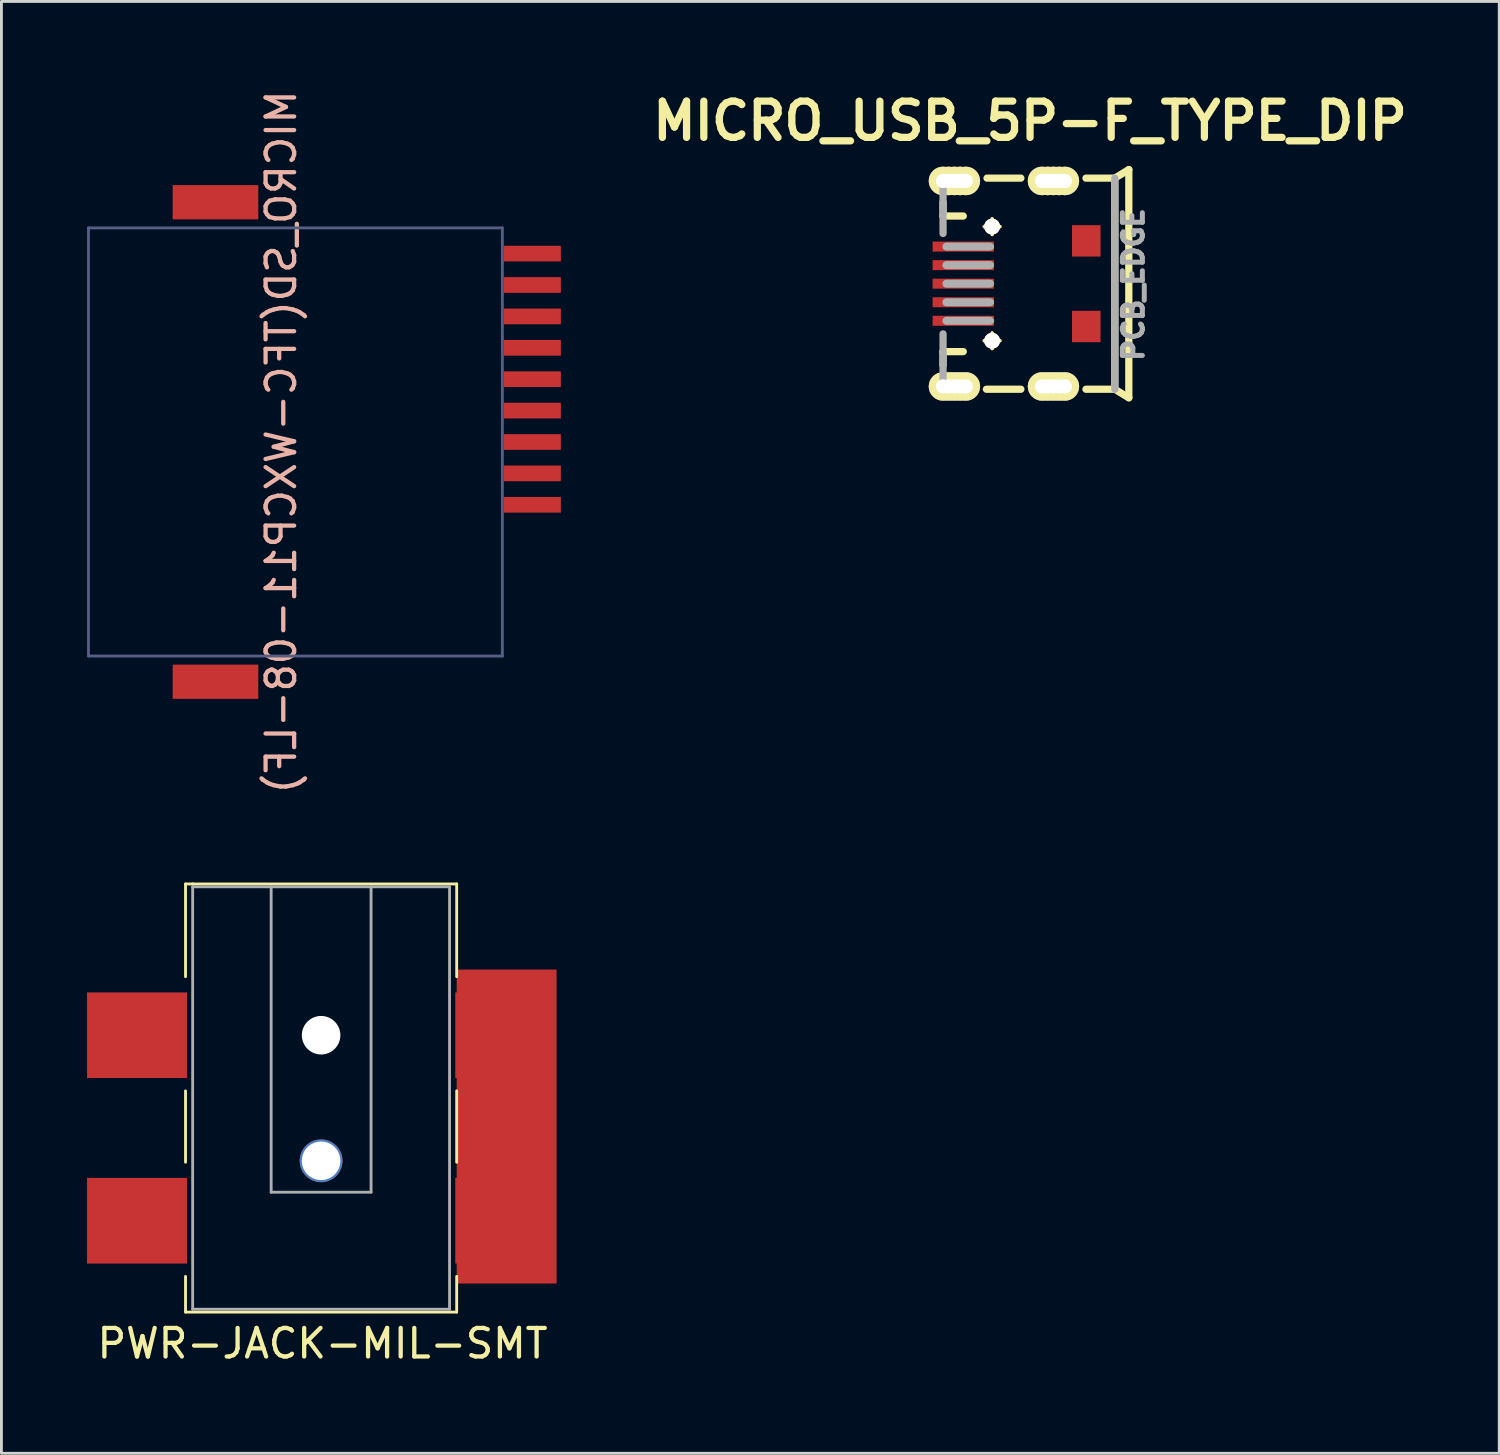
<source format=kicad_pcb>
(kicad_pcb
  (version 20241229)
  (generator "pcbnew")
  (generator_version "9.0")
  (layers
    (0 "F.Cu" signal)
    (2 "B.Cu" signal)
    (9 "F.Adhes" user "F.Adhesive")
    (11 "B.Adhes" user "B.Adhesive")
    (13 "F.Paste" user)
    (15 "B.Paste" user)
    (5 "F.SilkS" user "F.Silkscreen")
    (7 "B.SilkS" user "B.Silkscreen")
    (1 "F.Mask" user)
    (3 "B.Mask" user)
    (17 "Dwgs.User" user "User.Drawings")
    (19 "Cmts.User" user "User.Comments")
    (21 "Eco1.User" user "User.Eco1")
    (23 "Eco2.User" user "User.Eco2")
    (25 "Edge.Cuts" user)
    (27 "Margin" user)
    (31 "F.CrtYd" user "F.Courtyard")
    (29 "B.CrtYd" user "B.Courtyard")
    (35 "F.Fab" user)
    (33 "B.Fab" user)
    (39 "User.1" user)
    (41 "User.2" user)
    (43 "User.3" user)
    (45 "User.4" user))
  (footprint "PWR-JACK-MIL-SMT"
    (layer "F.Cu")
    (at 8.2 35.419)
    (property "Reference" "PWR-JACK-MIL-SMT" (at 0.05 8.6 0) (layer "F.SilkS") (effects (font (size 1 1) (thickness 0.15))))
    (attr through_hole)
    (fp_line (start -4.75 -7.5) (end -4.75 -4.25) (stroke (width 0.1) (type solid)) (layer "F.SilkS"))
    (fp_line (start -4.75 -0.25) (end -4.75 2.25) (stroke (width 0.1) (type solid)) (layer "F.SilkS"))
    (fp_line (start -4.75 7.5) (end -4.75 6.25) (stroke (width 0.1) (type solid)) (layer "F.SilkS"))
    (fp_line (start -4.5 -7.5) (end -4.75 -7.5) (stroke (width 0.1) (type solid)) (layer "F.SilkS"))
    (fp_line (start -4.5 -7.5) (end 4.75 -7.5) (stroke (width 0.1) (type solid)) (layer "F.SilkS"))
    (fp_line (start 4.75 -7.5) (end 4.75 -4.25) (stroke (width 0.1) (type solid)) (layer "F.SilkS"))
    (fp_line (start 4.75 -0.25) (end 4.75 2.25) (stroke (width 0.1) (type solid)) (layer "F.SilkS"))
    (fp_line (start 4.75 6.25) (end 4.75 7.5) (stroke (width 0.1) (type solid)) (layer "F.SilkS"))
    (fp_line (start 4.75 7.5) (end -4.75 7.5) (stroke (width 0.1) (type solid)) (layer "F.SilkS"))
    (fp_line (start -4.5 -7.4) (end -4.5 7.4) (stroke (width 0.1) (type solid)) (layer "F.Fab"))
    (fp_line (start -4.5 -7.4) (end 4.5 -7.4) (stroke (width 0.1) (type solid)) (layer "F.Fab"))
    (fp_line (start -4.5 7.4) (end 4.5 7.4) (stroke (width 0.1) (type solid)) (layer "F.Fab"))
    (fp_line (start -1.75 -7.4) (end -1.75 3.3) (stroke (width 0.1) (type solid)) (layer "F.Fab"))
    (fp_line (start -1.75 3.3) (end 1.75 3.3) (stroke (width 0.1) (type solid)) (layer "F.Fab"))
    (fp_line (start 1.75 3.3) (end 1.75 -7.4) (stroke (width 0.1) (type solid)) (layer "F.Fab"))
    (fp_line (start 4.5 7.4) (end 4.5 -7.4) (stroke (width 0.1) (type solid)) (layer "F.Fab"))
    (pad "" np_thru_hole circle (at 0 -2.2) (size 1.35 1.35) (drill 1.35) (layers "*.Cu" "*.Mask"))
    (pad "" np_thru_hole circle (at 0 2.2) (size 1.5 1.5) (drill 1.35) (layers "*.Cu" "*.Mask"))
    (pad "1" smd rect (at 6.45 -2.2) (size 3.5 3) (layers "F.Cu" "F.Mask" "F.Paste"))
    (pad "1" smd rect (at 6.45 4.3) (size 3.5 3) (layers "F.Cu" "F.Mask" "F.Paste"))
    (pad "1" smd rect (at 6.5 1) (size 3.5 11) (layers "F.Cu"))
    (pad "2" smd rect (at -6.45 -2.2) (size 3.5 3) (layers "F.Cu" "F.Mask" "F.Paste"))
    (pad "3" smd rect (at -6.45 4.3) (size 3.5 3) (layers "F.Cu" "F.Mask" "F.Paste")))
  (footprint "MICRO_SD(TFC-WXCP11-08-LF)"
    (layer "F.Cu")
    (at 7.3 12.435)
    (property "Reference" "MICRO_SD(TFC-WXCP11-08-LF)" (at -0.5 0 90) (layer "B.SilkS") (effects (font (size 1 1) (thickness 0.15)) (justify mirror)))
    (attr through_hole)
    (fp_line (start -7.25 -7.5) (end 7.25 -7.5) (stroke (width 0.1) (type solid)) (layer "B.Fab"))
    (fp_line (start -7.25 7.5) (end -7.25 -7.5) (stroke (width 0.1) (type solid)) (layer "B.Fab"))
    (fp_line (start 7.25 -7.5) (end 7.25 7.5) (stroke (width 0.1) (type solid)) (layer "B.Fab"))
    (fp_line (start 7.25 7.5) (end -7.25 7.5) (stroke (width 0.1) (type solid)) (layer "B.Fab"))
    (pad "0" smd rect (at -2.8 -8.4 90) (size 1.2 3) (layers "F.Cu" "F.Mask" "F.Paste"))
    (pad "0" smd rect (at -2.8 8.4 90) (size 1.2 3) (layers "F.Cu" "F.Mask" "F.Paste"))
    (pad "1" smd rect (at 8.3 2.2 90) (size 0.55 2) (layers "F.Cu" "F.Mask" "F.Paste"))
    (pad "2" smd rect (at 8.3 1.1 90) (size 0.55 2) (layers "F.Cu" "F.Mask" "F.Paste"))
    (pad "3" smd rect (at 8.3 0 90) (size 0.55 2) (layers "F.Cu" "F.Mask" "F.Paste"))
    (pad "4" smd rect (at 8.3 -1.1 90) (size 0.55 2) (layers "F.Cu" "F.Mask" "F.Paste"))
    (pad "5" smd rect (at 8.3 -2.2 90) (size 0.55 2) (layers "F.Cu" "F.Mask" "F.Paste"))
    (pad "6" smd rect (at 8.3 -3.3 90) (size 0.55 2) (layers "F.Cu" "F.Mask" "F.Paste"))
    (pad "7" smd rect (at 8.3 -4.4 90) (size 0.55 2) (layers "F.Cu" "F.Mask" "F.Paste"))
    (pad "8" smd rect (at 8.3 -5.5 90) (size 0.55 2) (layers "F.Cu" "F.Mask" "F.Paste"))
    (pad "9" smd rect (at 8.3 -6.6 90) (size 0.55 2) (layers "F.Cu" "F.Mask" "F.Paste")))
  (footprint "MICRO_USB_5P-F_TYPE_DIP"
    (layer "F.Cu")
    (at 32.698 6.889)
    (property "Reference" "MICRO_USB_5P-F_TYPE_DIP" (at 0.34 -5.7 0) (layer "F.SilkS") (effects (font (size 1.27 1.27) (thickness 0.254))))
    (attr smd)
    (fp_line (start -2.708 -2.37) (end -2.708 -2.857) (stroke (width 0.254) (type solid)) (layer "F.SilkS"))
    (fp_line (start -2.708 -2.37) (end -1.999 -2.37) (stroke (width 0.254) (type solid)) (layer "F.SilkS"))
    (fp_line (start -2.708 2.38) (end -2.708 2.857) (stroke (width 0.254) (type solid)) (layer "F.SilkS"))
    (fp_line (start -2.708 2.38) (end -1.999 2.38) (stroke (width 0.254) (type solid)) (layer "F.SilkS"))
    (fp_line (start -1.265 -1.999) (end -0.714 -1.999) (stroke (width 0.127) (type solid)) (layer "F.SilkS"))
    (fp_line (start -1.265 1.999) (end -0.714 1.999) (stroke (width 0.127) (type solid)) (layer "F.SilkS"))
    (fp_line (start -1.189 3.698) (end 0.018 3.698) (stroke (width 0.254) (type solid)) (layer "F.SilkS"))
    (fp_line (start -1.168 -3.698) (end 0.018 -3.698) (stroke (width 0.254) (type solid)) (layer "F.SilkS"))
    (fp_line (start -0.988 -1.725) (end -0.988 -2.273) (stroke (width 0.127) (type solid)) (layer "F.SilkS"))
    (fp_line (start -0.988 2.273) (end -0.988 1.725) (stroke (width 0.127) (type solid)) (layer "F.SilkS"))
    (fp_line (start 2.299 3.698) (end 3.31 3.698) (stroke (width 0.254) (type solid)) (layer "F.SilkS"))
    (fp_line (start 3.31 -3.698) (end 2.299 -3.698) (stroke (width 0.254) (type solid)) (layer "F.SilkS"))
    (fp_line (start 3.31 -3.698) (end 3.8 -3.998) (stroke (width 0.254) (type solid)) (layer "F.SilkS"))
    (fp_line (start 3.31 -3.599) (end 3.31 3.599) (stroke (width 0.254) (type solid)) (layer "F.SilkS"))
    (fp_line (start 3.31 3.698) (end 3.8 3.998) (stroke (width 0.254) (type solid)) (layer "F.SilkS"))
    (fp_line (start 3.8 -3.998) (end 3.8 3.998) (stroke (width 0.254) (type solid)) (layer "F.SilkS"))
    (fp_circle (center -0.988 -1.999) (end -1.125 -2.136) (stroke (width 0.127) (type solid)) (fill no) (layer "F.SilkS"))
    (fp_circle (center -0.988 1.999) (end -1.125 2.136) (stroke (width 0.127) (type solid)) (fill no) (layer "F.SilkS"))
    (fp_line (start -2.708 -3.698) (end -2.708 -1.758) (stroke (width 0.254) (type solid)) (layer "F.Fab"))
    (fp_line (start -2.708 3.698) (end -2.708 1.758) (stroke (width 0.254) (type solid)) (layer "F.Fab"))
    (fp_line (start -2.59 -1.3) (end -1.06 -1.3) (stroke (width 0.28) (type solid)) (layer "F.Fab"))
    (fp_line (start -2.59 -0.65) (end -1.06 -0.65) (stroke (width 0.28) (type solid)) (layer "F.Fab"))
    (fp_line (start -2.59 0) (end -1.06 0) (stroke (width 0.28) (type solid)) (layer "F.Fab"))
    (fp_line (start -2.59 0.65) (end -1.06 0.65) (stroke (width 0.28) (type solid)) (layer "F.Fab"))
    (fp_line (start -2.59 1.3) (end -1.06 1.3) (stroke (width 0.28) (type solid)) (layer "F.Fab"))
    (fp_line (start 3.31 3.698) (end 3.31 -3.698) (stroke (width 0.254) (type solid)) (layer "F.Fab"))
    (fp_text user "PCB_EDGE" (at 3.96 0.03 90) (layer "F.Fab") (effects (font (size 0.7 0.7) (thickness 0.175))))
    (pad "D+" smd rect (at -2 0 180) (size 2.15 0.35) (layers "F.Cu" "F.Mask" "F.Paste"))
    (pad "D-" smd rect (at -2 0.65 180) (size 2.15 0.35) (layers "F.Cu" "F.Mask" "F.Paste"))
    (pad "GND" smd rect (at -2 -1.3 180) (size 2.15 0.35) (layers "F.Cu" "F.Mask" "F.Paste"))
    (pad "ID" smd rect (at -2 -0.65 180) (size 2.15 0.35) (layers "F.Cu" "F.Mask" "F.Paste"))
    (pad "P$2" thru_hole circle (at 1.36 -3.6 180) (size 1 1) (drill 0.5) (layers "*.Cu" "F.Mask" "F.SilkS" "F.Paste"))
    (pad "P$3" thru_hole circle (at 1.56 -3.6 180) (size 1 1) (drill 0.5) (layers "*.Cu" "F.Mask" "F.SilkS" "F.Paste"))
    (pad "P$4" thru_hole circle (at 0.96 -3.6 180) (size 1 1) (drill 0.5) (layers "*.Cu" "F.Mask" "F.SilkS" "F.Paste"))
    (pad "P$5" thru_hole circle (at 0.76 -3.6 180) (size 1 1) (drill 0.5) (layers "*.Cu" "F.Mask" "F.SilkS" "F.Paste"))
    (pad "P$7" thru_hole circle (at 1.36 3.6 180) (size 1 1) (drill 0.5) (layers "*.Cu" "F.Mask" "F.SilkS" "F.Paste"))
    (pad "P$8" thru_hole circle (at 1.56 3.6 180) (size 1 1) (drill 0.5) (layers "*.Cu" "F.Mask" "F.SilkS" "F.Paste"))
    (pad "P$9" thru_hole circle (at 0.96 3.6 180) (size 1 1) (drill 0.5) (layers "*.Cu" "F.Mask" "F.SilkS" "F.Paste"))
    (pad "P$10" thru_hole circle (at 0.76 3.6 180) (size 1 1) (drill 0.5) (layers "*.Cu" "F.Mask" "F.SilkS" "F.Paste"))
    (pad "P$12" thru_hole circle (at -2.11 -3.6 180) (size 1 1) (drill 0.498) (layers "*.Cu" "F.Mask" "F.SilkS" "F.Paste"))
    (pad "P$13" thru_hole circle (at -1.91 -3.6 180) (size 1 1) (drill 0.5) (layers "*.Cu" "F.Mask" "F.SilkS" "F.Paste"))
    (pad "P$14" thru_hole circle (at -2.51 -3.6 180) (size 1 1) (drill 0.5) (layers "*.Cu" "F.Mask" "F.SilkS" "F.Paste"))
    (pad "P$15" thru_hole circle (at -2.71 -3.6 180) (size 1 1) (drill 0.5) (layers "*.Cu" "F.Mask" "F.SilkS" "F.Paste"))
    (pad "P$17" thru_hole circle (at -2.11 3.6 180) (size 1 1) (drill 0.5) (layers "*.Cu" "F.Mask" "F.SilkS" "F.Paste"))
    (pad "P$18" thru_hole circle (at -1.91 3.6 180) (size 1 1) (drill 0.5) (layers "*.Cu" "F.Mask" "F.SilkS" "F.Paste"))
    (pad "P$19" thru_hole circle (at -2.51 3.6 180) (size 1 1) (drill 0.5) (layers "*.Cu" "F.Mask" "F.SilkS" "F.Paste"))
    (pad "P$20" thru_hole circle (at -2.71 3.6 180) (size 1 1) (drill 0.5) (layers "*.Cu" "F.Mask" "F.SilkS" "F.Paste"))
    (pad "SH1" smd rect (at 2.31 1.5 90) (size 1.1 1) (layers "F.Cu" "F.Mask" "F.Paste"))
    (pad "SH2" smd rect (at 2.31 -1.5 90) (size 1.1 1) (layers "F.Cu" "F.Mask" "F.Paste"))
    (pad "SH3" thru_hole circle (at 1.16 -3.6 90) (size 1 1) (drill 0.5) (layers "*.Cu" "F.Mask" "F.SilkS" "F.Paste"))
    (pad "SH4" thru_hole circle (at 1.16 3.6 90) (size 1 1) (drill 0.5) (layers "*.Cu" "F.Mask" "F.SilkS" "F.Paste"))
    (pad "SH5" thru_hole circle (at -2.31 -3.6 90) (size 1 1) (drill 0.5) (layers "*.Cu" "F.Mask" "F.SilkS" "F.Paste"))
    (pad "SH6" thru_hole circle (at -2.31 3.6 90) (size 1 1) (drill 0.5) (layers "*.Cu" "F.Mask" "F.SilkS" "F.Paste"))
    (pad "VBUS" smd rect (at -2 1.3 180) (size 2.15 0.35) (layers "F.Cu" "F.Mask" "F.Paste"))
    (pad "dril" thru_hole circle (at -0.99 -2 180) (size 0.55 0.55) (drill 0.55) (layers "*.Cu" "F.Mask" "F.SilkS" "F.Paste"))
    (pad "dril" thru_hole circle (at -0.99 2 180) (size 0.55 0.55) (drill 0.55) (layers "*.Cu" "F.Mask" "F.SilkS" "F.Paste")))
  (gr_rect
    (start -3 -3)
    (end 49.476 47.867)
    (stroke (width 0.1) (type default))
    (fill no)
    (layer "Edge.Cuts")))
</source>
